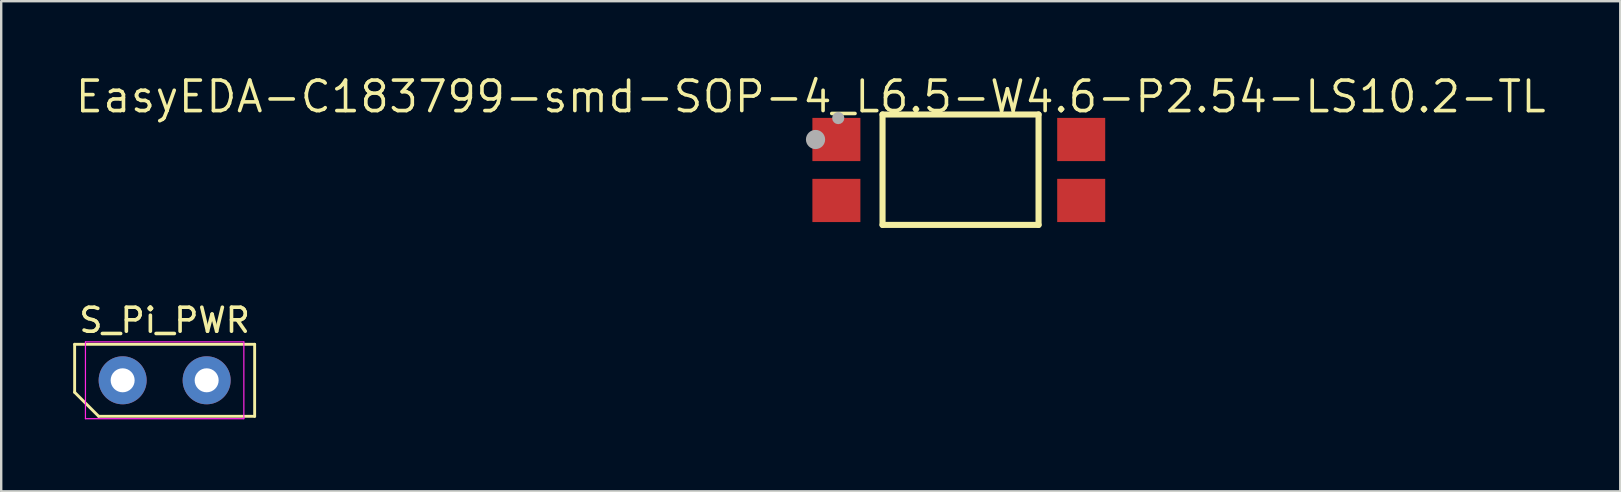
<source format=kicad_pcb>
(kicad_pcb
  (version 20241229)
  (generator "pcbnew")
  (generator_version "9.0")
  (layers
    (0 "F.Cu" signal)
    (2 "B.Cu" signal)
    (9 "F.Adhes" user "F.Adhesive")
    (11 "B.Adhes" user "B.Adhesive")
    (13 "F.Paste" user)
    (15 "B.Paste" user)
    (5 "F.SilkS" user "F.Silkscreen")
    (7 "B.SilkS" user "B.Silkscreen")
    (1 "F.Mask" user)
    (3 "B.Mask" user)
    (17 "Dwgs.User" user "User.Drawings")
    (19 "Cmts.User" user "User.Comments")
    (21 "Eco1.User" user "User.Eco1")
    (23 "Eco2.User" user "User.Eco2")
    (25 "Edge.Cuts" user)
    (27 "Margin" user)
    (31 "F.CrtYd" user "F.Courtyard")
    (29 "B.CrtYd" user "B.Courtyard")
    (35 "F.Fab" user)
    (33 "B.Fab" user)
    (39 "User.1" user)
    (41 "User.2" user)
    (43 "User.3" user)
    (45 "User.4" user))
  (footprint "S_Pi_PWR"
    (layer "F.Cu")
    (at 3.81 12.795)
    (property "Reference" "S_Pi_PWR" (at 0 -2.5 0) (layer "F.SilkS") (effects (font (size 1 1) (thickness 0.15))))
    (fp_line (start -3.75 -1.5) (end 3.75 -1.5) (stroke (width 0.12) (type solid)) (layer "F.SilkS"))
    (fp_line (start -3.75 0.5) (end -3.75 -1.5) (stroke (width 0.12) (type solid)) (layer "F.SilkS"))
    (fp_line (start -2.75 1.5) (end -3.75 0.5) (stroke (width 0.12) (type solid)) (layer "F.SilkS"))
    (fp_line (start 3.75 -1.5) (end 3.75 1.5) (stroke (width 0.12) (type solid)) (layer "F.SilkS"))
    (fp_line (start 3.75 1.5) (end -2.75 1.5) (stroke (width 0.12) (type solid)) (layer "F.SilkS"))
    (fp_line (start -3.3 -1.6) (end 3.3 -1.6) (stroke (width 0.05) (type solid)) (layer "F.CrtYd"))
    (fp_line (start -3.3 1.6) (end -3.3 -1.6) (stroke (width 0.05) (type solid)) (layer "F.CrtYd"))
    (fp_line (start 3.3 -1.6) (end 3.3 1.6) (stroke (width 0.05) (type solid)) (layer "F.CrtYd"))
    (fp_line (start 3.3 1.6) (end -3.3 1.6) (stroke (width 0.05) (type solid)) (layer "F.CrtYd"))
    (pad "1" thru_hole oval (at -1.75 0) (size 2 2) (drill 1) (layers "*.Cu" "*.Mask"))
    (pad "2" thru_hole oval (at 1.75 0) (size 2 2) (drill 1) (layers "*.Cu" "*.Mask")))
  (footprint "EasyEDA-C183799-smd-SOP-4_L6.5-W4.6-P2.54-LS10.2-TL"
    (layer "F.Cu")
    (at 36.898 4.032)
    (property "Reference" "EasyEDA-C183799-smd-SOP-4_L6.5-W4.6-P2.54-LS10.2-TL" (at -6.169 -2.312 0) (layer "F.SilkS") (effects (font (size 1.27 1.27) (thickness 0.15)) (justify bottom)))
    (fp_line (start -3.177 -2.312) (end 3.323 -2.312) (stroke (width 0.254) (type solid)) (layer "F.SilkS"))
    (fp_line (start -3.177 2.288) (end -3.177 -2.312) (stroke (width 0.254) (type solid)) (layer "F.SilkS"))
    (fp_line (start 3.323 -2.312) (end 3.323 2.288) (stroke (width 0.254) (type solid)) (layer "F.SilkS"))
    (fp_line (start 3.323 2.288) (end -3.177 2.288) (stroke (width 0.254) (type solid)) (layer "F.SilkS"))
    (fp_circle (center -5.969 -1.27) (end -5.969 -1.07) (stroke (width 0.4) (type solid)) (fill no) (layer "F.Fab"))
    (fp_circle (center -5.023 -2.163) (end -5.023 -2.036) (stroke (width 0.254) (type solid)) (fill no) (layer "F.Fab"))
    (pad "1" smd rect (at -5.1 -1.27 270) (size 1.8 2) (layers "F.Cu" "F.Mask" "F.Paste"))
    (pad "2" smd rect (at -5.1 1.27 270) (size 1.8 2) (layers "F.Cu" "F.Mask" "F.Paste"))
    (pad "3" smd rect (at 5.1 1.27 270) (size 1.8 2) (layers "F.Cu" "F.Mask" "F.Paste"))
    (pad "4" smd rect (at 5.1 -1.27 270) (size 1.8 2) (layers "F.Cu" "F.Mask" "F.Paste")))
  (gr_rect
    (start -3 -3)
    (end 64.458 17.42)
    (stroke (width 0.1) (type default))
    (fill no)
    (layer "Edge.Cuts")))
</source>
